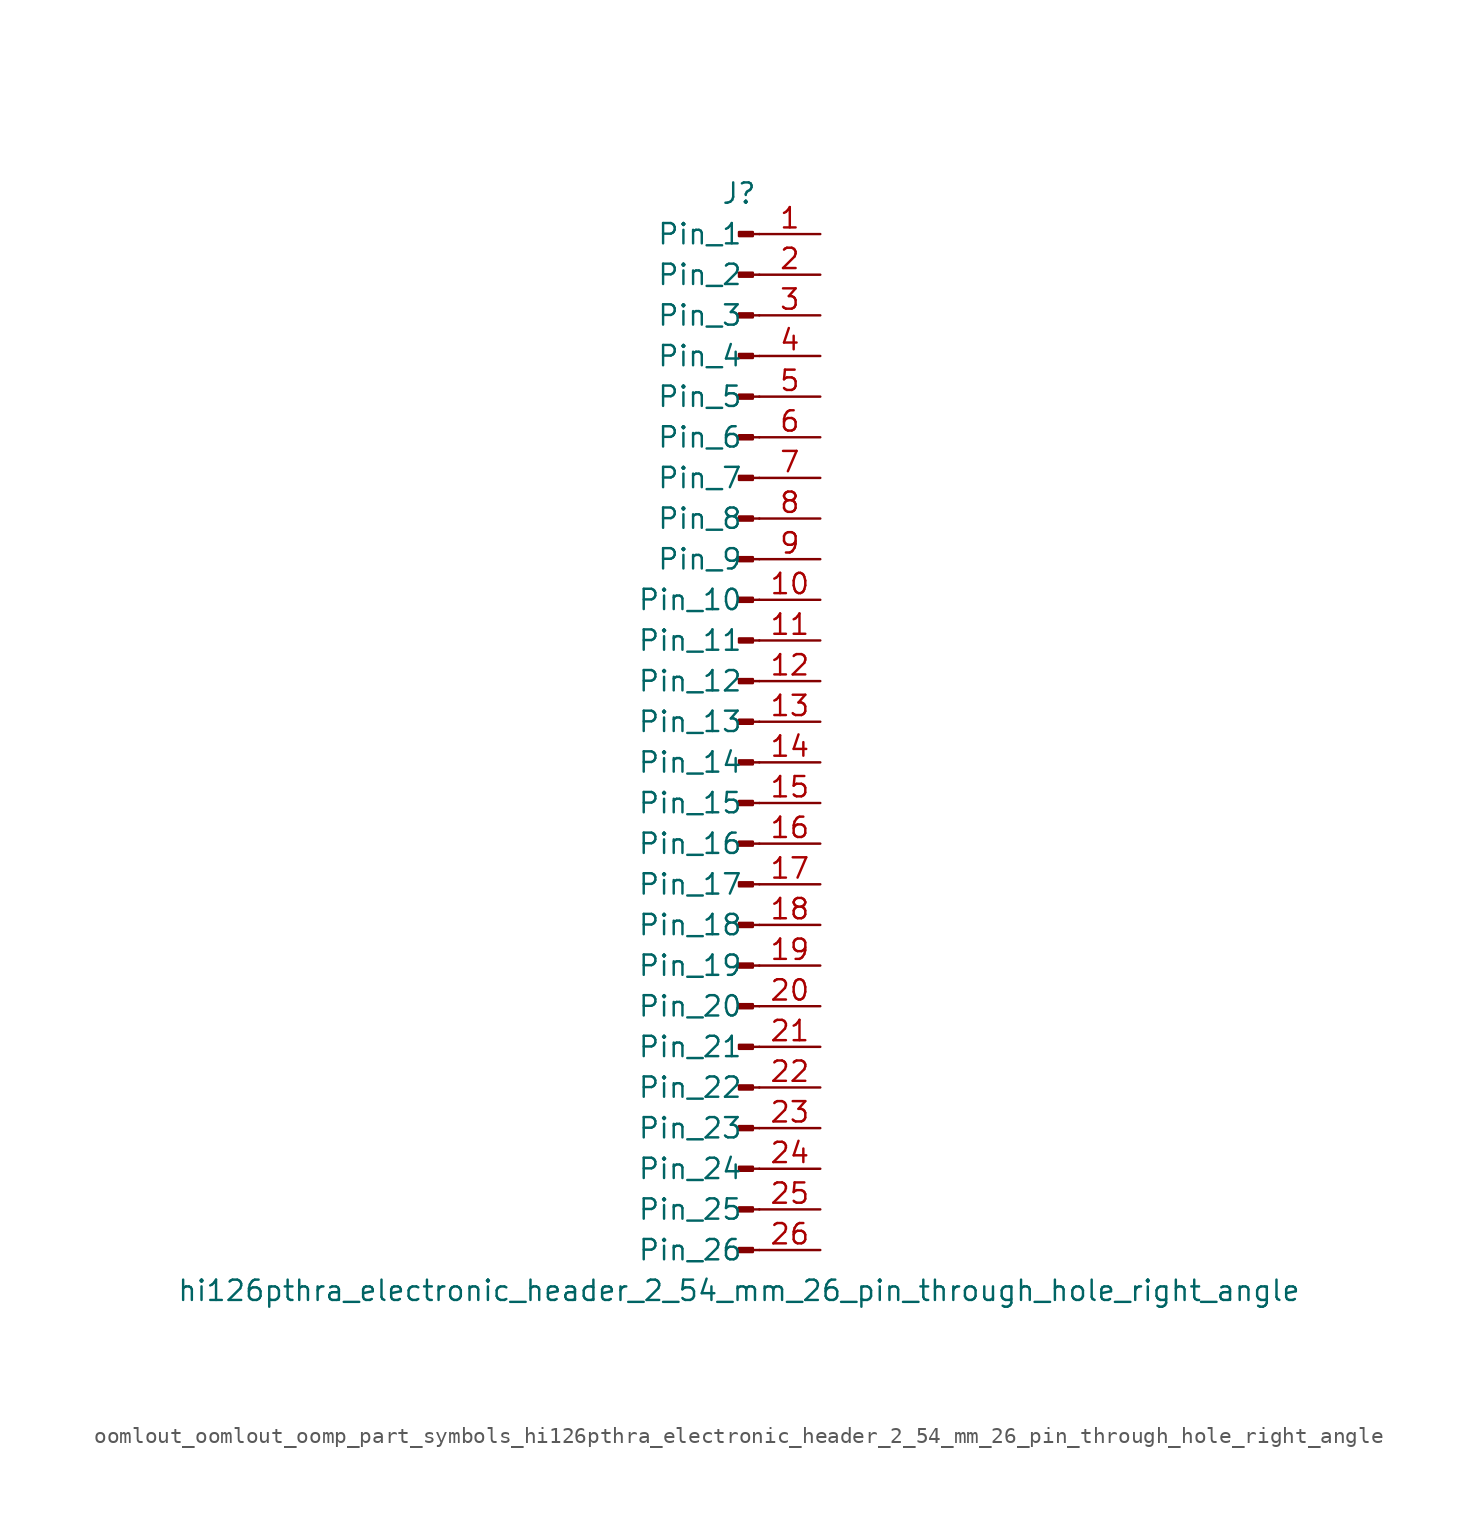
<source format=kicad_sym>
(kicad_symbol_lib
  (version 20220914)
  (generator kicad_symbol_editor)
  (symbol "oomlout_oomlout_oomp_part_symbols_hi126pthra_electronic_header_2_54_mm_26_pin_through_hole_right_angle"
    (pin_names
      (offset 1.016))
    (property "Reference" "J"
      (at 0 33.02 0)
      (effects (font (size 1.27 1.27))))
    (property "Value" "hi126pthra_electronic_header_2_54_mm_26_pin_through_hole_right_angle"
      (at 0 -35.56 0)
      (effects (font (size 1.27 1.27))))
    (property "ki_locked" ""
      (at 0 0 0)
      (effects (font (size 1.27 1.27))))
    (symbol "oomlout_oomlout_oomp_part_symbols_hi126pthra_electronic_header_2_54_mm_26_pin_through_hole_right_angle_1_1"
      (polyline (pts (xy 1.27 -33.02) (xy 0.864 -33.02)) (stroke (width 0.152) (type default)) (fill (type none)))
      (polyline (pts (xy 1.27 -30.48) (xy 0.864 -30.48)) (stroke (width 0.152) (type default)) (fill (type none)))
      (polyline (pts (xy 1.27 -27.94) (xy 0.864 -27.94)) (stroke (width 0.152) (type default)) (fill (type none)))
      (polyline (pts (xy 1.27 -25.4) (xy 0.864 -25.4)) (stroke (width 0.152) (type default)) (fill (type none)))
      (polyline (pts (xy 1.27 -22.86) (xy 0.864 -22.86)) (stroke (width 0.152) (type default)) (fill (type none)))
      (polyline (pts (xy 1.27 -20.32) (xy 0.864 -20.32)) (stroke (width 0.152) (type default)) (fill (type none)))
      (polyline (pts (xy 1.27 -17.78) (xy 0.864 -17.78)) (stroke (width 0.152) (type default)) (fill (type none)))
      (polyline (pts (xy 1.27 -15.24) (xy 0.864 -15.24)) (stroke (width 0.152) (type default)) (fill (type none)))
      (polyline (pts (xy 1.27 -12.7) (xy 0.864 -12.7)) (stroke (width 0.152) (type default)) (fill (type none)))
      (polyline (pts (xy 1.27 -10.16) (xy 0.864 -10.16)) (stroke (width 0.152) (type default)) (fill (type none)))
      (polyline (pts (xy 1.27 -7.62) (xy 0.864 -7.62)) (stroke (width 0.152) (type default)) (fill (type none)))
      (polyline (pts (xy 1.27 -5.08) (xy 0.864 -5.08)) (stroke (width 0.152) (type default)) (fill (type none)))
      (polyline (pts (xy 1.27 -2.54) (xy 0.864 -2.54)) (stroke (width 0.152) (type default)) (fill (type none)))
      (polyline (pts (xy 1.27 0) (xy 0.864 0)) (stroke (width 0.152) (type default)) (fill (type none)))
      (polyline (pts (xy 1.27 2.54) (xy 0.864 2.54)) (stroke (width 0.152) (type default)) (fill (type none)))
      (polyline (pts (xy 1.27 5.08) (xy 0.864 5.08)) (stroke (width 0.152) (type default)) (fill (type none)))
      (polyline (pts (xy 1.27 7.62) (xy 0.864 7.62)) (stroke (width 0.152) (type default)) (fill (type none)))
      (polyline (pts (xy 1.27 10.16) (xy 0.864 10.16)) (stroke (width 0.152) (type default)) (fill (type none)))
      (polyline (pts (xy 1.27 12.7) (xy 0.864 12.7)) (stroke (width 0.152) (type default)) (fill (type none)))
      (polyline (pts (xy 1.27 15.24) (xy 0.864 15.24)) (stroke (width 0.152) (type default)) (fill (type none)))
      (polyline (pts (xy 1.27 17.78) (xy 0.864 17.78)) (stroke (width 0.152) (type default)) (fill (type none)))
      (polyline (pts (xy 1.27 20.32) (xy 0.864 20.32)) (stroke (width 0.152) (type default)) (fill (type none)))
      (polyline (pts (xy 1.27 22.86) (xy 0.864 22.86)) (stroke (width 0.152) (type default)) (fill (type none)))
      (polyline (pts (xy 1.27 25.4) (xy 0.864 25.4)) (stroke (width 0.152) (type default)) (fill (type none)))
      (polyline (pts (xy 1.27 27.94) (xy 0.864 27.94)) (stroke (width 0.152) (type default)) (fill (type none)))
      (polyline (pts (xy 1.27 30.48) (xy 0.864 30.48)) (stroke (width 0.152) (type default)) (fill (type none)))
      (rectangle (start 0.864 -32.893) (end 0 -33.147) (stroke (width 0.152) (type default)) (fill (type outline)))
      (rectangle (start 0.864 -30.353) (end 0 -30.607) (stroke (width 0.152) (type default)) (fill (type outline)))
      (rectangle (start 0.864 -27.813) (end 0 -28.067) (stroke (width 0.152) (type default)) (fill (type outline)))
      (rectangle (start 0.864 -25.273) (end 0 -25.527) (stroke (width 0.152) (type default)) (fill (type outline)))
      (rectangle (start 0.864 -22.733) (end 0 -22.987) (stroke (width 0.152) (type default)) (fill (type outline)))
      (rectangle (start 0.864 -20.193) (end 0 -20.447) (stroke (width 0.152) (type default)) (fill (type outline)))
      (rectangle (start 0.864 -17.653) (end 0 -17.907) (stroke (width 0.152) (type default)) (fill (type outline)))
      (rectangle (start 0.864 -15.113) (end 0 -15.367) (stroke (width 0.152) (type default)) (fill (type outline)))
      (rectangle (start 0.864 -12.573) (end 0 -12.827) (stroke (width 0.152) (type default)) (fill (type outline)))
      (rectangle (start 0.864 -10.033) (end 0 -10.287) (stroke (width 0.152) (type default)) (fill (type outline)))
      (rectangle (start 0.864 -7.493) (end 0 -7.747) (stroke (width 0.152) (type default)) (fill (type outline)))
      (rectangle (start 0.864 -4.953) (end 0 -5.207) (stroke (width 0.152) (type default)) (fill (type outline)))
      (rectangle (start 0.864 -2.413) (end 0 -2.667) (stroke (width 0.152) (type default)) (fill (type outline)))
      (rectangle (start 0.864 0.127) (end 0 -0.127) (stroke (width 0.152) (type default)) (fill (type outline)))
      (rectangle (start 0.864 2.667) (end 0 2.413) (stroke (width 0.152) (type default)) (fill (type outline)))
      (rectangle (start 0.864 5.207) (end 0 4.953) (stroke (width 0.152) (type default)) (fill (type outline)))
      (rectangle (start 0.864 7.747) (end 0 7.493) (stroke (width 0.152) (type default)) (fill (type outline)))
      (rectangle (start 0.864 10.287) (end 0 10.033) (stroke (width 0.152) (type default)) (fill (type outline)))
      (rectangle (start 0.864 12.827) (end 0 12.573) (stroke (width 0.152) (type default)) (fill (type outline)))
      (rectangle (start 0.864 15.367) (end 0 15.113) (stroke (width 0.152) (type default)) (fill (type outline)))
      (rectangle (start 0.864 17.907) (end 0 17.653) (stroke (width 0.152) (type default)) (fill (type outline)))
      (rectangle (start 0.864 20.447) (end 0 20.193) (stroke (width 0.152) (type default)) (fill (type outline)))
      (rectangle (start 0.864 22.987) (end 0 22.733) (stroke (width 0.152) (type default)) (fill (type outline)))
      (rectangle (start 0.864 25.527) (end 0 25.273) (stroke (width 0.152) (type default)) (fill (type outline)))
      (rectangle (start 0.864 28.067) (end 0 27.813) (stroke (width 0.152) (type default)) (fill (type outline)))
      (rectangle (start 0.864 30.607) (end 0 30.353) (stroke (width 0.152) (type default)) (fill (type outline)))
      (pin passive line (at 5.08 30.48 180) (length 3.81) (name "Pin_1" (effects (font (size 1.27 1.27)))) (number "1" (effects (font (size 1.27 1.27)))))
      (pin passive line (at 5.08 7.62 180) (length 3.81) (name "Pin_10" (effects (font (size 1.27 1.27)))) (number "10" (effects (font (size 1.27 1.27)))))
      (pin passive line (at 5.08 5.08 180) (length 3.81) (name "Pin_11" (effects (font (size 1.27 1.27)))) (number "11" (effects (font (size 1.27 1.27)))))
      (pin passive line (at 5.08 2.54 180) (length 3.81) (name "Pin_12" (effects (font (size 1.27 1.27)))) (number "12" (effects (font (size 1.27 1.27)))))
      (pin passive line (at 5.08 0 180) (length 3.81) (name "Pin_13" (effects (font (size 1.27 1.27)))) (number "13" (effects (font (size 1.27 1.27)))))
      (pin passive line (at 5.08 -2.54 180) (length 3.81) (name "Pin_14" (effects (font (size 1.27 1.27)))) (number "14" (effects (font (size 1.27 1.27)))))
      (pin passive line (at 5.08 -5.08 180) (length 3.81) (name "Pin_15" (effects (font (size 1.27 1.27)))) (number "15" (effects (font (size 1.27 1.27)))))
      (pin passive line (at 5.08 -7.62 180) (length 3.81) (name "Pin_16" (effects (font (size 1.27 1.27)))) (number "16" (effects (font (size 1.27 1.27)))))
      (pin passive line (at 5.08 -10.16 180) (length 3.81) (name "Pin_17" (effects (font (size 1.27 1.27)))) (number "17" (effects (font (size 1.27 1.27)))))
      (pin passive line (at 5.08 -12.7 180) (length 3.81) (name "Pin_18" (effects (font (size 1.27 1.27)))) (number "18" (effects (font (size 1.27 1.27)))))
      (pin passive line (at 5.08 -15.24 180) (length 3.81) (name "Pin_19" (effects (font (size 1.27 1.27)))) (number "19" (effects (font (size 1.27 1.27)))))
      (pin passive line (at 5.08 27.94 180) (length 3.81) (name "Pin_2" (effects (font (size 1.27 1.27)))) (number "2" (effects (font (size 1.27 1.27)))))
      (pin passive line (at 5.08 -17.78 180) (length 3.81) (name "Pin_20" (effects (font (size 1.27 1.27)))) (number "20" (effects (font (size 1.27 1.27)))))
      (pin passive line (at 5.08 -20.32 180) (length 3.81) (name "Pin_21" (effects (font (size 1.27 1.27)))) (number "21" (effects (font (size 1.27 1.27)))))
      (pin passive line (at 5.08 -22.86 180) (length 3.81) (name "Pin_22" (effects (font (size 1.27 1.27)))) (number "22" (effects (font (size 1.27 1.27)))))
      (pin passive line (at 5.08 -25.4 180) (length 3.81) (name "Pin_23" (effects (font (size 1.27 1.27)))) (number "23" (effects (font (size 1.27 1.27)))))
      (pin passive line (at 5.08 -27.94 180) (length 3.81) (name "Pin_24" (effects (font (size 1.27 1.27)))) (number "24" (effects (font (size 1.27 1.27)))))
      (pin passive line (at 5.08 -30.48 180) (length 3.81) (name "Pin_25" (effects (font (size 1.27 1.27)))) (number "25" (effects (font (size 1.27 1.27)))))
      (pin passive line (at 5.08 -33.02 180) (length 3.81) (name "Pin_26" (effects (font (size 1.27 1.27)))) (number "26" (effects (font (size 1.27 1.27)))))
      (pin passive line (at 5.08 25.4 180) (length 3.81) (name "Pin_3" (effects (font (size 1.27 1.27)))) (number "3" (effects (font (size 1.27 1.27)))))
      (pin passive line (at 5.08 22.86 180) (length 3.81) (name "Pin_4" (effects (font (size 1.27 1.27)))) (number "4" (effects (font (size 1.27 1.27)))))
      (pin passive line (at 5.08 20.32 180) (length 3.81) (name "Pin_5" (effects (font (size 1.27 1.27)))) (number "5" (effects (font (size 1.27 1.27)))))
      (pin passive line (at 5.08 17.78 180) (length 3.81) (name "Pin_6" (effects (font (size 1.27 1.27)))) (number "6" (effects (font (size 1.27 1.27)))))
      (pin passive line (at 5.08 15.24 180) (length 3.81) (name "Pin_7" (effects (font (size 1.27 1.27)))) (number "7" (effects (font (size 1.27 1.27)))))
      (pin passive line (at 5.08 12.7 180) (length 3.81) (name "Pin_8" (effects (font (size 1.27 1.27)))) (number "8" (effects (font (size 1.27 1.27)))))
      (pin passive line (at 5.08 10.16 180) (length 3.81) (name "Pin_9" (effects (font (size 1.27 1.27)))) (number "9" (effects (font (size 1.27 1.27))))))))
</source>
